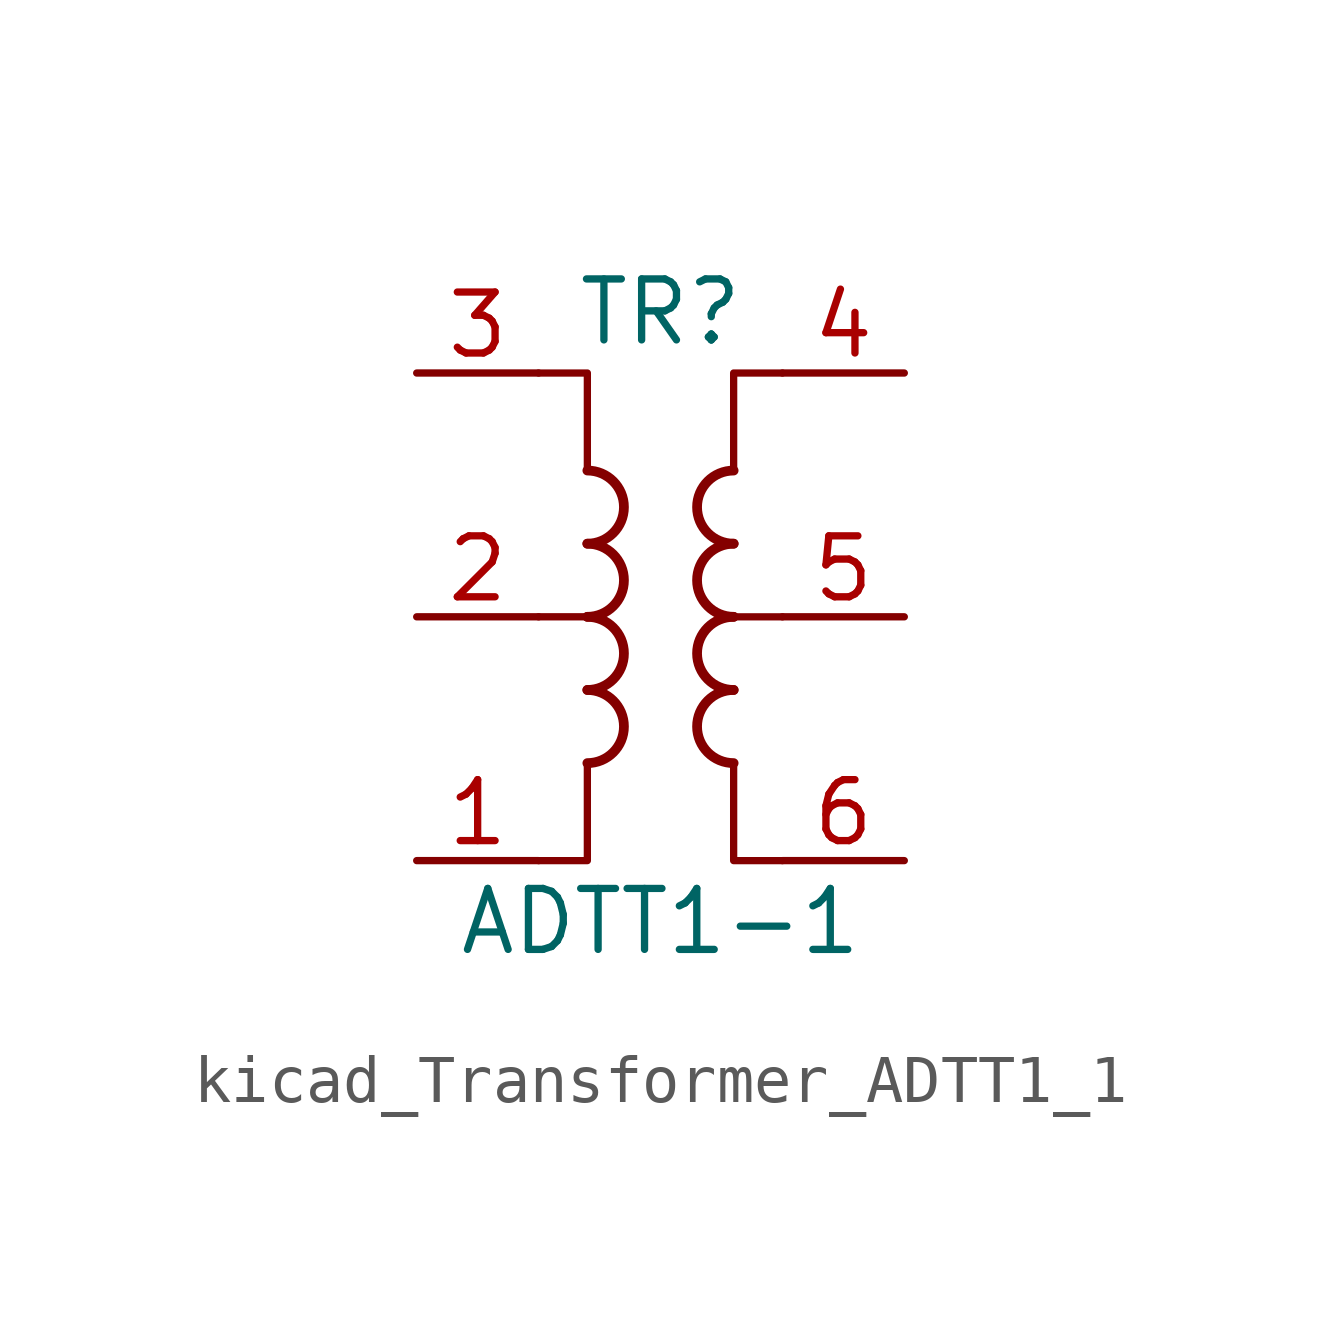
<source format=kicad_sym>
(kicad_symbol_lib
  (version 20220914)
  (generator kicad_symbol_editor)
  (symbol "kicad_Transformer_ADTT1_1"
    (pin_names hide)
    (property "Reference" "TR"
      (at 0 6.35 0)
      (effects (font (size 1.27 1.27))))
    (property "Value" "ADTT1-1"
      (at 0 -6.35 0)
      (effects (font (size 1.27 1.27))))
    (symbol "kicad_Transformer_ADTT1_1_0_1"
      (arc (start -1.524 -3.048) (mid -0.7653 -2.286) (end -1.524 -1.524) (stroke (width 0.2032) (type default)) (fill (type none)))
      (arc (start -1.524 -1.524) (mid -0.7653 -0.762) (end -1.524 0) (stroke (width 0.2032) (type default)) (fill (type none)))
      (arc (start -1.524 0) (mid -0.7653 0.762) (end -1.524 1.524) (stroke (width 0.2032) (type default)) (fill (type none)))
      (arc (start -1.524 1.524) (mid -0.7653 2.286) (end -1.524 3.048) (stroke (width 0.2032) (type default)) (fill (type none)))
      (polyline (pts (xy -2.54 0) (xy -1.27 0)) (stroke (width 0) (type default)) (fill (type none)))
      (polyline (pts (xy 2.54 0) (xy 1.27 0)) (stroke (width 0.152) (type default)) (fill (type none)))
      (polyline (pts (xy -2.54 5.08) (xy -1.524 5.08) (xy -1.524 3.048)) (stroke (width 0.152) (type default)) (fill (type none)))
      (polyline (pts (xy -1.524 -3.048) (xy -1.524 -5.08) (xy -2.54 -5.08)) (stroke (width 0.152) (type default)) (fill (type none)))
      (polyline (pts (xy 1.524 3.048) (xy 1.524 5.08) (xy 2.54 5.08)) (stroke (width 0.152) (type default)) (fill (type none)))
      (polyline (pts (xy 2.54 -5.08) (xy 1.524 -5.08) (xy 1.524 -3.048)) (stroke (width 0.152) (type default)) (fill (type none)))
      (arc (start 1.524 -1.524) (mid 0.7653 -2.286) (end 1.524 -3.048) (stroke (width 0.2032) (type default)) (fill (type none)))
      (arc (start 1.524 0) (mid 0.7653 -0.762) (end 1.524 -1.524) (stroke (width 0.2032) (type default)) (fill (type none)))
      (arc (start 1.524 1.524) (mid 0.7653 0.762) (end 1.524 0) (stroke (width 0.2032) (type default)) (fill (type none)))
      (arc (start 1.524 3.048) (mid 0.7653 2.286) (end 1.524 1.524) (stroke (width 0.2032) (type default)) (fill (type none))))
    (symbol "kicad_Transformer_ADTT1_1_1_1"
      (pin passive line (at -5.08 -5.08 0) (length 2.54) (name "~" (effects (font (size 1.27 1.27)))) (number "1" (effects (font (size 1.27 1.27)))))
      (pin passive line (at -5.08 0 0) (length 2.54) (name "~" (effects (font (size 1.27 1.27)))) (number "2" (effects (font (size 1.27 1.27)))))
      (pin passive line (at -5.08 5.08 0) (length 2.54) (name "~" (effects (font (size 1.27 1.27)))) (number "3" (effects (font (size 1.27 1.27)))))
      (pin passive line (at 5.08 5.08 180) (length 2.54) (name "~" (effects (font (size 1.27 1.27)))) (number "4" (effects (font (size 1.27 1.27)))))
      (pin passive line (at 5.08 0 180) (length 2.54) (name "~" (effects (font (size 1.27 1.27)))) (number "5" (effects (font (size 1.27 1.27)))))
      (pin passive line (at 5.08 -5.08 180) (length 2.54) (name "~" (effects (font (size 1.27 1.27)))) (number "6" (effects (font (size 1.27 1.27))))))))
</source>
